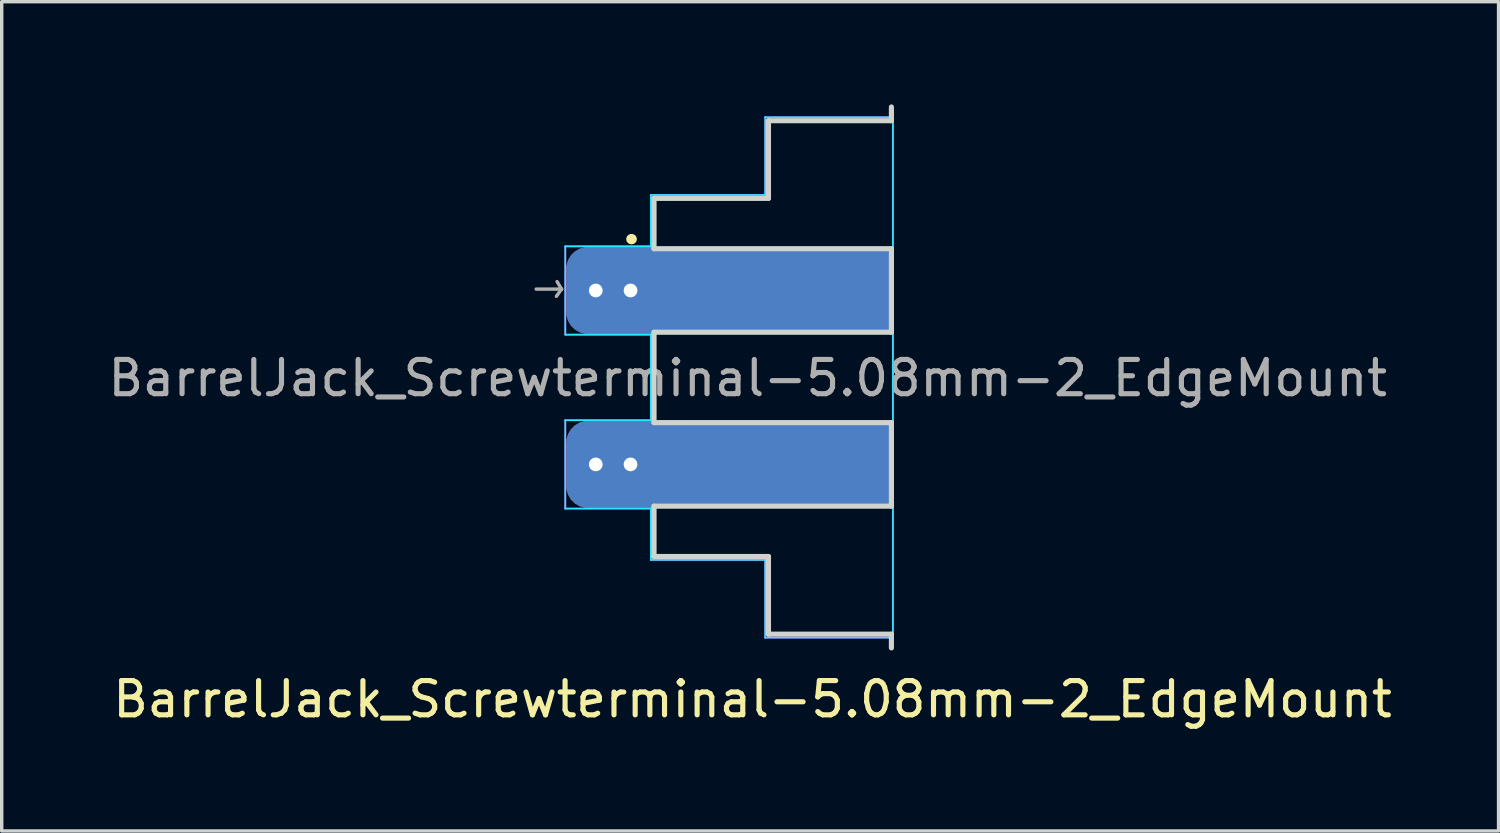
<source format=kicad_pcb>
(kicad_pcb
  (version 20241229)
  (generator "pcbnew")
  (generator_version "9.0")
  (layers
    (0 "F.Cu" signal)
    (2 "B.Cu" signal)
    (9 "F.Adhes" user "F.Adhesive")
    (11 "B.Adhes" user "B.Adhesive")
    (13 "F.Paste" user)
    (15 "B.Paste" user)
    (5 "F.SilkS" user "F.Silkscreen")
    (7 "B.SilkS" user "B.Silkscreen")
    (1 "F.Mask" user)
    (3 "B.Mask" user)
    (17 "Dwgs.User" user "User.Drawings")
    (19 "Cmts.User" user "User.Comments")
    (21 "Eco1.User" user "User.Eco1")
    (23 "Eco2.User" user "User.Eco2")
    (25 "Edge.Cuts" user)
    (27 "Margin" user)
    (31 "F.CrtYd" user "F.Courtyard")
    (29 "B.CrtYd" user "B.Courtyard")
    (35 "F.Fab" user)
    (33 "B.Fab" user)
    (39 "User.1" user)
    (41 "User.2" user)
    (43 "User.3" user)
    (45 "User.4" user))
  (footprint "BarrelJack_Screwterminal-5.08mm-2_EdgeMount"
    (layer "F.Cu")
    (at 19.432 7.975)
    (property "Reference" "BarrelJack_Screwterminal-5.08mm-2_EdgeMount" (at -0.5 9.4 0) (layer "F.SilkS") (effects (font (size 1 1) (thickness 0.15))))
    (attr exclude_from_pos_files exclude_from_bom)
    (fp_line (start -4.04 -4.04) (end -4.03 -4.04) (stroke (width 0.3) (type solid)) (layer "F.SilkS"))
    (fp_line (start -3.378 -5.231) (end -3.378 -3.76) (stroke (width 0.15) (type solid)) (layer "Edge.Cuts"))
    (fp_line (start -3.378 -3.76) (end 3.556 -3.76) (stroke (width 0.15) (type solid)) (layer "Edge.Cuts"))
    (fp_line (start -3.378 -1.32) (end -3.378 1.32) (stroke (width 0.15) (type solid)) (layer "Edge.Cuts"))
    (fp_line (start -3.378 1.32) (end 3.556 1.32) (stroke (width 0.15) (type solid)) (layer "Edge.Cuts"))
    (fp_line (start -3.378 3.76) (end -3.378 5.231) (stroke (width 0.15) (type solid)) (layer "Edge.Cuts"))
    (fp_line (start -3.378 5.231) (end -0.035 5.231) (stroke (width 0.15) (type solid)) (layer "Edge.Cuts"))
    (fp_line (start -0.035 -7.5) (end -0.035 -5.231) (stroke (width 0.15) (type solid)) (layer "Edge.Cuts"))
    (fp_line (start -0.035 -5.231) (end -3.378 -5.231) (stroke (width 0.15) (type solid)) (layer "Edge.Cuts"))
    (fp_line (start -0.035 5.231) (end -0.035 7.5) (stroke (width 0.15) (type solid)) (layer "Edge.Cuts"))
    (fp_line (start -0.035 7.5) (end 3.556 7.5) (stroke (width 0.15) (type solid)) (layer "Edge.Cuts"))
    (fp_line (start 3.556 -7.9) (end 3.556 -7.5) (stroke (width 0.15) (type solid)) (layer "Edge.Cuts"))
    (fp_line (start 3.556 -7.5) (end -0.035 -7.5) (stroke (width 0.15) (type solid)) (layer "Edge.Cuts"))
    (fp_line (start 3.556 -3.76) (end 3.556 -1.32) (stroke (width 0.15) (type solid)) (layer "Edge.Cuts"))
    (fp_line (start 3.556 -1.32) (end -3.378 -1.32) (stroke (width 0.15) (type solid)) (layer "Edge.Cuts"))
    (fp_line (start 3.556 1.32) (end 3.556 3.76) (stroke (width 0.15) (type solid)) (layer "Edge.Cuts"))
    (fp_line (start 3.556 3.76) (end -3.378 3.76) (stroke (width 0.15) (type solid)) (layer "Edge.Cuts"))
    (fp_line (start 3.556 7.9) (end 3.556 7.5) (stroke (width 0.15) (type solid)) (layer "Edge.Cuts"))
    (fp_line (start -5.97 -3.83) (end -3.47 -3.83) (stroke (width 0.05) (type solid)) (layer "B.CrtYd"))
    (fp_line (start -5.97 -1.25) (end -5.97 -3.83) (stroke (width 0.05) (type solid)) (layer "B.CrtYd"))
    (fp_line (start -5.97 1.25) (end -5.97 3.83) (stroke (width 0.05) (type solid)) (layer "B.CrtYd"))
    (fp_line (start -5.97 3.83) (end -3.47 3.83) (stroke (width 0.05) (type solid)) (layer "B.CrtYd"))
    (fp_line (start -3.47 -3.83) (end -3.47 -5.33) (stroke (width 0.05) (type solid)) (layer "B.CrtYd"))
    (fp_line (start -3.47 -1.25) (end -5.97 -1.25) (stroke (width 0.05) (type solid)) (layer "B.CrtYd"))
    (fp_line (start -3.47 0) (end -3.47 -1.25) (stroke (width 0.05) (type solid)) (layer "B.CrtYd"))
    (fp_line (start -3.47 0) (end -3.47 1.25) (stroke (width 0.05) (type solid)) (layer "B.CrtYd"))
    (fp_line (start -3.47 1.25) (end -5.97 1.25) (stroke (width 0.05) (type solid)) (layer "B.CrtYd"))
    (fp_line (start -3.47 3.83) (end -3.47 5.33) (stroke (width 0.05) (type solid)) (layer "B.CrtYd"))
    (fp_line (start -0.13 -7.6) (end -0.13 -5.33) (stroke (width 0.05) (type solid)) (layer "B.CrtYd"))
    (fp_line (start -0.13 -5.33) (end -3.47 -5.33) (stroke (width 0.05) (type solid)) (layer "B.CrtYd"))
    (fp_line (start -0.13 5.33) (end -3.47 5.33) (stroke (width 0.05) (type solid)) (layer "B.CrtYd"))
    (fp_line (start -0.13 7.6) (end -0.13 5.33) (stroke (width 0.05) (type solid)) (layer "B.CrtYd"))
    (fp_line (start 3.6 -7.6) (end -0.13 -7.6) (stroke (width 0.05) (type solid)) (layer "B.CrtYd"))
    (fp_line (start 3.6 0) (end 3.6 -7.6) (stroke (width 0.05) (type solid)) (layer "B.CrtYd"))
    (fp_line (start 3.6 0) (end 3.6 7.6) (stroke (width 0.05) (type solid)) (layer "B.CrtYd"))
    (fp_line (start 3.6 7.6) (end -0.13 7.6) (stroke (width 0.05) (type solid)) (layer "B.CrtYd"))
    (fp_line (start -5.97 -3.83) (end -3.47 -3.83) (stroke (width 0.05) (type solid)) (layer "F.CrtYd"))
    (fp_line (start -5.97 -1.25) (end -5.97 -3.83) (stroke (width 0.05) (type solid)) (layer "F.CrtYd"))
    (fp_line (start -5.97 1.25) (end -5.97 3.83) (stroke (width 0.05) (type solid)) (layer "F.CrtYd"))
    (fp_line (start -5.97 3.83) (end -3.47 3.83) (stroke (width 0.05) (type solid)) (layer "F.CrtYd"))
    (fp_line (start -3.47 -3.83) (end -3.47 -5.33) (stroke (width 0.05) (type solid)) (layer "F.CrtYd"))
    (fp_line (start -3.47 -1.25) (end -5.97 -1.25) (stroke (width 0.05) (type solid)) (layer "F.CrtYd"))
    (fp_line (start -3.47 0) (end -3.47 -1.25) (stroke (width 0.05) (type solid)) (layer "F.CrtYd"))
    (fp_line (start -3.47 0) (end -3.47 1.25) (stroke (width 0.05) (type solid)) (layer "F.CrtYd"))
    (fp_line (start -3.47 1.25) (end -5.97 1.25) (stroke (width 0.05) (type solid)) (layer "F.CrtYd"))
    (fp_line (start -3.47 3.83) (end -3.47 5.33) (stroke (width 0.05) (type solid)) (layer "F.CrtYd"))
    (fp_line (start -0.13 -7.6) (end -0.13 -5.33) (stroke (width 0.05) (type solid)) (layer "F.CrtYd"))
    (fp_line (start -0.13 -5.33) (end -3.47 -5.33) (stroke (width 0.05) (type solid)) (layer "F.CrtYd"))
    (fp_line (start -0.13 5.33) (end -3.47 5.33) (stroke (width 0.05) (type solid)) (layer "F.CrtYd"))
    (fp_line (start -0.13 7.6) (end -0.13 5.33) (stroke (width 0.05) (type solid)) (layer "F.CrtYd"))
    (fp_line (start 3.6 -7.6) (end -0.13 -7.6) (stroke (width 0.05) (type solid)) (layer "F.CrtYd"))
    (fp_line (start 3.6 0) (end 3.6 -7.6) (stroke (width 0.05) (type solid)) (layer "F.CrtYd"))
    (fp_line (start 3.6 0) (end 3.6 7.6) (stroke (width 0.05) (type solid)) (layer "F.CrtYd"))
    (fp_line (start 3.6 7.6) (end -0.13 7.6) (stroke (width 0.05) (type solid)) (layer "F.CrtYd"))
    (fp_line (start -6.82 -2.58) (end -6.08 -2.58) (stroke (width 0.1) (type solid)) (layer "F.Fab"))
    (fp_line (start -6.08 -2.58) (end -6.23 -2.37) (stroke (width 0.1) (type solid)) (layer "F.Fab"))
    (fp_line (start -6.08 -2.58) (end -6.21 -2.8) (stroke (width 0.1) (type solid)) (layer "F.Fab"))
    (fp_line (start -3.378 -5.231) (end -3.378 -3.76) (stroke (width 0.1) (type solid)) (layer "F.Fab"))
    (fp_line (start -3.378 -3.76) (end 3.556 -3.76) (stroke (width 0.1) (type solid)) (layer "F.Fab"))
    (fp_line (start -3.378 -1.32) (end -3.378 1.32) (stroke (width 0.1) (type solid)) (layer "F.Fab"))
    (fp_line (start -3.378 1.32) (end 3.556 1.32) (stroke (width 0.1) (type solid)) (layer "F.Fab"))
    (fp_line (start -3.378 3.76) (end -3.378 5.231) (stroke (width 0.1) (type solid)) (layer "F.Fab"))
    (fp_line (start -3.378 5.231) (end -0.035 5.231) (stroke (width 0.1) (type solid)) (layer "F.Fab"))
    (fp_line (start -0.035 -7.5) (end -0.035 -5.231) (stroke (width 0.1) (type solid)) (layer "F.Fab"))
    (fp_line (start -0.035 -5.231) (end -3.378 -5.231) (stroke (width 0.1) (type solid)) (layer "F.Fab"))
    (fp_line (start -0.035 5.231) (end -0.035 7.5) (stroke (width 0.1) (type solid)) (layer "F.Fab"))
    (fp_line (start -0.035 7.5) (end 3.556 7.5) (stroke (width 0.1) (type solid)) (layer "F.Fab"))
    (fp_line (start 3.556 -7.9) (end 3.556 -7.5) (stroke (width 0.1) (type solid)) (layer "F.Fab"))
    (fp_line (start 3.556 -7.5) (end -0.035 -7.5) (stroke (width 0.1) (type solid)) (layer "F.Fab"))
    (fp_line (start 3.556 -3.76) (end 3.556 -1.32) (stroke (width 0.1) (type solid)) (layer "F.Fab"))
    (fp_line (start 3.556 -1.32) (end -3.378 -1.32) (stroke (width 0.1) (type solid)) (layer "F.Fab"))
    (fp_line (start 3.556 1.32) (end 3.556 3.76) (stroke (width 0.1) (type solid)) (layer "F.Fab"))
    (fp_line (start 3.556 3.76) (end -3.378 3.76) (stroke (width 0.1) (type solid)) (layer "F.Fab"))
    (fp_line (start 3.556 7.9) (end 3.556 7.5) (stroke (width 0.1) (type solid)) (layer "F.Fab"))
    (fp_text user "${REFERENCE}" (at -0.64 0.02 180) (layer "F.Fab") (effects (font (size 1 1) (thickness 0.15))))
    (pad "1" thru_hole circle (at -5.08 -2.54) (size 0.8 0.8) (drill 0.4) (layers "*.Cu"))
    (pad "1" thru_hole circle (at -4.064 -2.54) (size 0.8 0.8) (drill 0.4) (layers "*.Cu"))
    (pad "1" connect roundrect (at -3.94 -2.54) (size 4 2.54) (layers "F.Cu") (roundrect_rratio 0.25))
    (pad "1" connect roundrect (at -3.94 -2.54) (size 4 2.54) (layers "B.Cu") (roundrect_rratio 0.25))
    (pad "1" connect rect (at 0.089 -2.54) (size 6.934 2.54) (layers "F.Cu" "F.Mask"))
    (pad "1" connect rect (at 0.089 -2.54) (size 6.934 2.54) (layers "B.Cu" "B.Mask"))
    (pad "2" thru_hole circle (at -5.08 2.54) (size 0.8 0.8) (drill 0.4) (layers "*.Cu"))
    (pad "2" thru_hole circle (at -4.064 2.54) (size 0.8 0.8) (drill 0.4) (layers "*.Cu"))
    (pad "2" connect roundrect (at -3.94 2.54) (size 4 2.54) (layers "F.Cu") (roundrect_rratio 0.25))
    (pad "2" connect roundrect (at -3.94 2.54) (size 4 2.54) (layers "B.Cu") (roundrect_rratio 0.25))
    (pad "2" connect rect (at 0.089 2.54) (size 6.934 2.54) (layers "F.Cu" "F.Mask"))
    (pad "2" connect rect (at 0.089 2.54) (size 6.934 2.54) (layers "B.Cu" "B.Mask")))
  (gr_rect
    (start -3 -3)
    (end 40.723 21.223)
    (stroke (width 0.1) (type default))
    (fill no)
    (layer "Edge.Cuts")))
</source>
